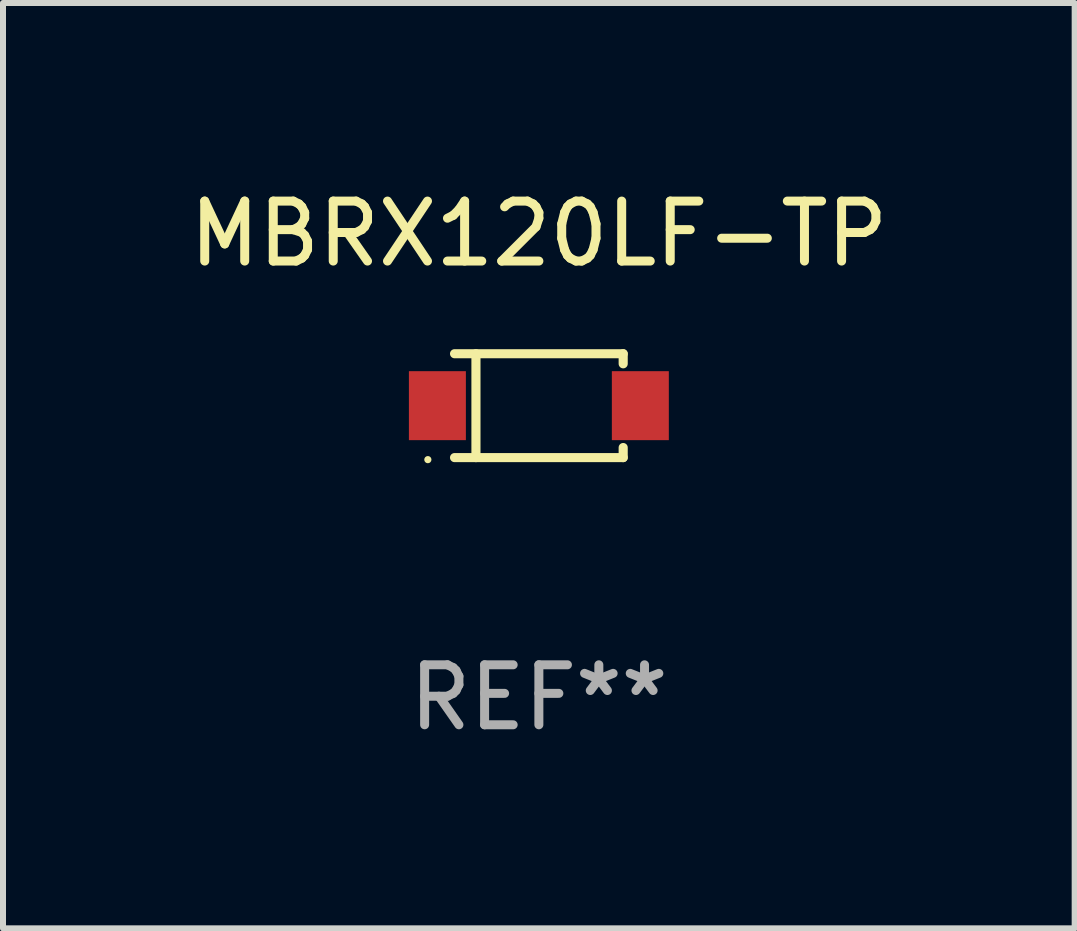
<source format=kicad_pcb>
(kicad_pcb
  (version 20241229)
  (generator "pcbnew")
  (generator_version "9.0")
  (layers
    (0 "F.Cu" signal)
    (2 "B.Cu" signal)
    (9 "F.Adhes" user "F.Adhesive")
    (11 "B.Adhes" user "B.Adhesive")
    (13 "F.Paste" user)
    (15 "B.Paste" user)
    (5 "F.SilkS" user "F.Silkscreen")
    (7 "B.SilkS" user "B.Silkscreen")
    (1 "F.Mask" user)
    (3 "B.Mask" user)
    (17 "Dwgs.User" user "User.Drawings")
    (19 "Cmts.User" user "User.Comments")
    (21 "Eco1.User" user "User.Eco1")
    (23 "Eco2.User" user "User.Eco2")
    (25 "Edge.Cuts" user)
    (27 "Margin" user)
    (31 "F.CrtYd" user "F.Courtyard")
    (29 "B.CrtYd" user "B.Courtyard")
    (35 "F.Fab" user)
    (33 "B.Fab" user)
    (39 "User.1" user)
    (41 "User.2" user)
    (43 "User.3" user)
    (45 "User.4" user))
  (footprint "MBRX120LF-TP"
    (layer "F.Cu")
    (at 5.935 3.714)
    (property "Reference" "MBRX120LF-TP" (at 0 -2.866 0) (layer "F.SilkS") (effects (font (size 1 1) (thickness 0.15))))
    (attr through_hole)
    (fp_line (start -1.406 -0.866) (end 1.406 -0.866) (stroke (width 0.152) (type solid)) (layer "F.SilkS"))
    (fp_line (start -1.406 0.866) (end 1.406 0.866) (stroke (width 0.152) (type solid)) (layer "F.SilkS"))
    (fp_line (start -1.049 -0.866) (end -1.049 0.866) (stroke (width 0.152) (type solid)) (layer "F.SilkS"))
    (fp_line (start 1.406 -0.866) (end 1.406 -0.698) (stroke (width 0.152) (type solid)) (layer "F.SilkS"))
    (fp_line (start 1.406 0.866) (end 1.406 0.698) (stroke (width 0.152) (type solid)) (layer "F.SilkS"))
    (fp_circle (center -1.851 0.9) (end -1.821 0.9) (stroke (width 0.06) (type solid)) (fill no) (layer "F.SilkS"))
    (fp_text user "REF**" (at 0 4.866 0) (layer "F.Fab") (effects (font (size 1 1) (thickness 0.15))))
    (pad "1" smd rect (at -1.692 0) (size 0.95 1.15) (layers "F.Cu" "F.Mask" "F.Paste"))
    (pad "2" smd rect (at 1.692 0) (size 0.95 1.15) (layers "F.Cu" "F.Mask" "F.Paste")))
  (gr_rect
    (start -3 -3)
    (end 14.869 12.429)
    (stroke (width 0.1) (type default))
    (fill no)
    (layer "Edge.Cuts")))
</source>
